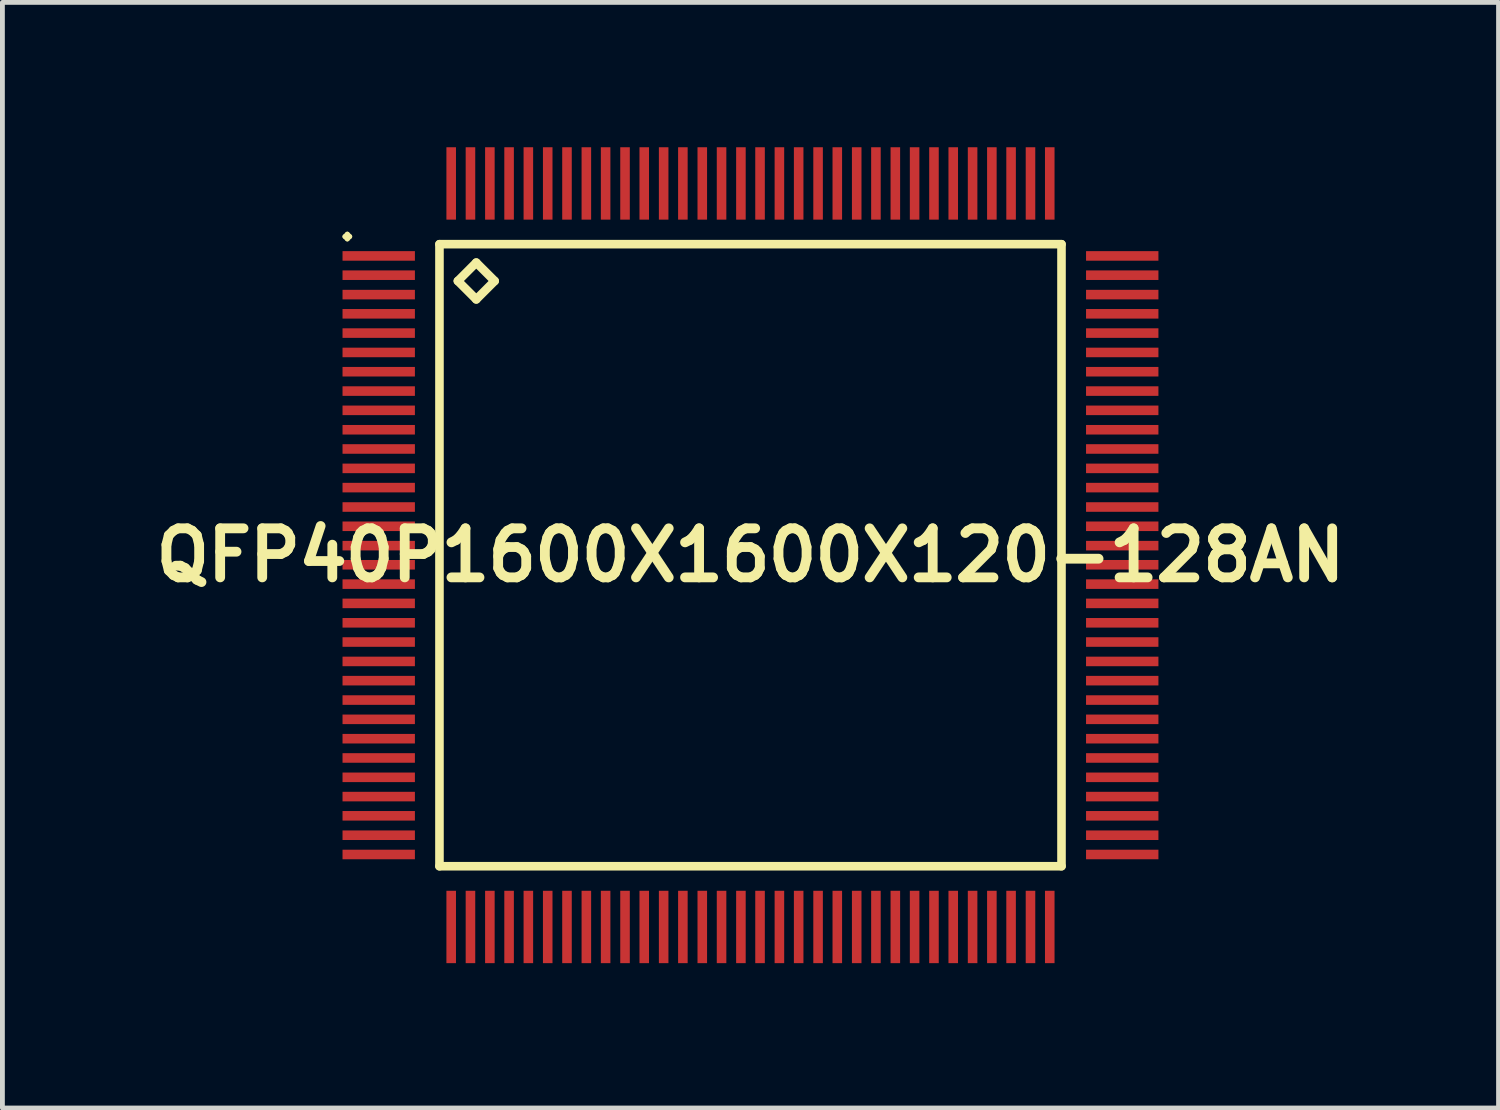
<source format=kicad_pcb>
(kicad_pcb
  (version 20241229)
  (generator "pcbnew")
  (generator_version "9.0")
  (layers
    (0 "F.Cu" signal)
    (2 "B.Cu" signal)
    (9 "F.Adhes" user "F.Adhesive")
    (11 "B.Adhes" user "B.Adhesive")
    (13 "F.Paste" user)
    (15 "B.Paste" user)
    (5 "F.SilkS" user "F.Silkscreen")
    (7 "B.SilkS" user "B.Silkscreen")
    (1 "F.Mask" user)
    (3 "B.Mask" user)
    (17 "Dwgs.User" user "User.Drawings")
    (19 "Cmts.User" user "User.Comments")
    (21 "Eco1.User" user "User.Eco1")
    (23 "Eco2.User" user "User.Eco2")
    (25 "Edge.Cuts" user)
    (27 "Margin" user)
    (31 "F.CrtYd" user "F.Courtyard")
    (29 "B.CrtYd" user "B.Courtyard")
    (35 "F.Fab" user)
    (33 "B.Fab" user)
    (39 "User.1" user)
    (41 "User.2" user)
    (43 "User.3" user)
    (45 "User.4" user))
  (footprint "QFP40P1600X1600X120-128AN"
    (layer "F.Cu")
    (at 12.492 8.448)
    (property "Reference" "QFP40P1600X1600X120-128AN" (at 0 0 0) (layer "F.SilkS") (effects (font (size 1.016 1.016) (thickness 0.203))))
    (attr smd)
    (fp_line (start -8.4 -6.599) (end -8.349 -6.65) (stroke (width 0.099) (type solid)) (layer "F.SilkS"))
    (fp_line (start -8.349 -6.65) (end -8.298 -6.599) (stroke (width 0.099) (type solid)) (layer "F.SilkS"))
    (fp_line (start -8.349 -6.548) (end -8.4 -6.599) (stroke (width 0.099) (type solid)) (layer "F.SilkS"))
    (fp_line (start -8.298 -6.599) (end -8.349 -6.548) (stroke (width 0.099) (type solid)) (layer "F.SilkS"))
    (fp_line (start -6.441 -6.441) (end -6.441 6.441) (stroke (width 0.178) (type solid)) (layer "F.SilkS"))
    (fp_line (start -6.441 6.441) (end 6.441 6.441) (stroke (width 0.178) (type solid)) (layer "F.SilkS"))
    (fp_line (start -6.06 -5.679) (end -5.679 -6.06) (stroke (width 0.178) (type solid)) (layer "F.SilkS"))
    (fp_line (start -5.679 -6.06) (end -5.298 -5.679) (stroke (width 0.178) (type solid)) (layer "F.SilkS"))
    (fp_line (start -5.679 -5.298) (end -6.06 -5.679) (stroke (width 0.178) (type solid)) (layer "F.SilkS"))
    (fp_line (start -5.298 -5.679) (end -5.679 -5.298) (stroke (width 0.178) (type solid)) (layer "F.SilkS"))
    (fp_line (start 6.441 -6.441) (end -6.441 -6.441) (stroke (width 0.178) (type solid)) (layer "F.SilkS"))
    (fp_line (start 6.441 6.441) (end 6.441 -6.441) (stroke (width 0.178) (type solid)) (layer "F.SilkS"))
    (pad "1" smd rect (at -7.699 -6.198) (size 1.499 0.198) (layers "F.Cu" "F.Mask" "F.Paste"))
    (pad "2" smd rect (at -7.699 -5.799) (size 1.499 0.198) (layers "F.Cu" "F.Mask" "F.Paste"))
    (pad "3" smd rect (at -7.699 -5.397) (size 1.499 0.198) (layers "F.Cu" "F.Mask" "F.Paste"))
    (pad "4" smd rect (at -7.699 -4.999) (size 1.499 0.198) (layers "F.Cu" "F.Mask" "F.Paste"))
    (pad "5" smd rect (at -7.699 -4.6) (size 1.499 0.198) (layers "F.Cu" "F.Mask" "F.Paste"))
    (pad "6" smd rect (at -7.699 -4.199) (size 1.499 0.198) (layers "F.Cu" "F.Mask" "F.Paste"))
    (pad "7" smd rect (at -7.699 -3.8) (size 1.499 0.198) (layers "F.Cu" "F.Mask" "F.Paste"))
    (pad "8" smd rect (at -7.699 -3.399) (size 1.499 0.198) (layers "F.Cu" "F.Mask" "F.Paste"))
    (pad "9" smd rect (at -7.699 -3) (size 1.499 0.198) (layers "F.Cu" "F.Mask" "F.Paste"))
    (pad "10" smd rect (at -7.699 -2.598) (size 1.499 0.198) (layers "F.Cu" "F.Mask" "F.Paste"))
    (pad "11" smd rect (at -7.699 -2.2) (size 1.499 0.198) (layers "F.Cu" "F.Mask" "F.Paste"))
    (pad "12" smd rect (at -7.699 -1.798) (size 1.499 0.198) (layers "F.Cu" "F.Mask" "F.Paste"))
    (pad "13" smd rect (at -7.699 -1.4) (size 1.499 0.198) (layers "F.Cu" "F.Mask" "F.Paste"))
    (pad "14" smd rect (at -7.699 -0.998) (size 1.499 0.198) (layers "F.Cu" "F.Mask" "F.Paste"))
    (pad "15" smd rect (at -7.699 -0.599) (size 1.499 0.198) (layers "F.Cu" "F.Mask" "F.Paste"))
    (pad "16" smd rect (at -7.699 -0.198) (size 1.499 0.198) (layers "F.Cu" "F.Mask" "F.Paste"))
    (pad "17" smd rect (at -7.699 0.198) (size 1.499 0.198) (layers "F.Cu" "F.Mask" "F.Paste"))
    (pad "18" smd rect (at -7.699 0.599) (size 1.499 0.198) (layers "F.Cu" "F.Mask" "F.Paste"))
    (pad "19" smd rect (at -7.699 0.998) (size 1.499 0.198) (layers "F.Cu" "F.Mask" "F.Paste"))
    (pad "20" smd rect (at -7.699 1.4) (size 1.499 0.198) (layers "F.Cu" "F.Mask" "F.Paste"))
    (pad "21" smd rect (at -7.699 1.798) (size 1.499 0.198) (layers "F.Cu" "F.Mask" "F.Paste"))
    (pad "22" smd rect (at -7.699 2.2) (size 1.499 0.198) (layers "F.Cu" "F.Mask" "F.Paste"))
    (pad "23" smd rect (at -7.699 2.598) (size 1.499 0.198) (layers "F.Cu" "F.Mask" "F.Paste"))
    (pad "24" smd rect (at -7.699 3) (size 1.499 0.198) (layers "F.Cu" "F.Mask" "F.Paste"))
    (pad "25" smd rect (at -7.699 3.399) (size 1.499 0.198) (layers "F.Cu" "F.Mask" "F.Paste"))
    (pad "26" smd rect (at -7.699 3.8) (size 1.499 0.198) (layers "F.Cu" "F.Mask" "F.Paste"))
    (pad "27" smd rect (at -7.699 4.199) (size 1.499 0.198) (layers "F.Cu" "F.Mask" "F.Paste"))
    (pad "28" smd rect (at -7.699 4.6) (size 1.499 0.198) (layers "F.Cu" "F.Mask" "F.Paste"))
    (pad "29" smd rect (at -7.699 4.999) (size 1.499 0.198) (layers "F.Cu" "F.Mask" "F.Paste"))
    (pad "30" smd rect (at -7.699 5.397) (size 1.499 0.198) (layers "F.Cu" "F.Mask" "F.Paste"))
    (pad "31" smd rect (at -7.699 5.799) (size 1.499 0.198) (layers "F.Cu" "F.Mask" "F.Paste"))
    (pad "32" smd rect (at -7.699 6.198) (size 1.499 0.198) (layers "F.Cu" "F.Mask" "F.Paste"))
    (pad "33" smd rect (at -6.198 7.699) (size 0.198 1.499) (layers "F.Cu" "F.Mask" "F.Paste"))
    (pad "34" smd rect (at -5.799 7.699) (size 0.198 1.499) (layers "F.Cu" "F.Mask" "F.Paste"))
    (pad "35" smd rect (at -5.397 7.699) (size 0.198 1.499) (layers "F.Cu" "F.Mask" "F.Paste"))
    (pad "36" smd rect (at -4.999 7.699) (size 0.198 1.499) (layers "F.Cu" "F.Mask" "F.Paste"))
    (pad "37" smd rect (at -4.6 7.699) (size 0.198 1.499) (layers "F.Cu" "F.Mask" "F.Paste"))
    (pad "38" smd rect (at -4.199 7.699) (size 0.198 1.499) (layers "F.Cu" "F.Mask" "F.Paste"))
    (pad "39" smd rect (at -3.8 7.699) (size 0.198 1.499) (layers "F.Cu" "F.Mask" "F.Paste"))
    (pad "40" smd rect (at -3.399 7.699) (size 0.198 1.499) (layers "F.Cu" "F.Mask" "F.Paste"))
    (pad "41" smd rect (at -3 7.699) (size 0.198 1.499) (layers "F.Cu" "F.Mask" "F.Paste"))
    (pad "42" smd rect (at -2.598 7.699) (size 0.198 1.499) (layers "F.Cu" "F.Mask" "F.Paste"))
    (pad "43" smd rect (at -2.2 7.699) (size 0.198 1.499) (layers "F.Cu" "F.Mask" "F.Paste"))
    (pad "44" smd rect (at -1.798 7.699) (size 0.198 1.499) (layers "F.Cu" "F.Mask" "F.Paste"))
    (pad "45" smd rect (at -1.4 7.699) (size 0.198 1.499) (layers "F.Cu" "F.Mask" "F.Paste"))
    (pad "46" smd rect (at -0.998 7.699) (size 0.198 1.499) (layers "F.Cu" "F.Mask" "F.Paste"))
    (pad "47" smd rect (at -0.599 7.699) (size 0.198 1.499) (layers "F.Cu" "F.Mask" "F.Paste"))
    (pad "48" smd rect (at -0.198 7.699) (size 0.198 1.499) (layers "F.Cu" "F.Mask" "F.Paste"))
    (pad "49" smd rect (at 0.198 7.699) (size 0.198 1.499) (layers "F.Cu" "F.Mask" "F.Paste"))
    (pad "50" smd rect (at 0.599 7.699) (size 0.198 1.499) (layers "F.Cu" "F.Mask" "F.Paste"))
    (pad "51" smd rect (at 0.998 7.699) (size 0.198 1.499) (layers "F.Cu" "F.Mask" "F.Paste"))
    (pad "52" smd rect (at 1.4 7.699) (size 0.198 1.499) (layers "F.Cu" "F.Mask" "F.Paste"))
    (pad "53" smd rect (at 1.798 7.699) (size 0.198 1.499) (layers "F.Cu" "F.Mask" "F.Paste"))
    (pad "54" smd rect (at 2.2 7.699) (size 0.198 1.499) (layers "F.Cu" "F.Mask" "F.Paste"))
    (pad "55" smd rect (at 2.598 7.699) (size 0.198 1.499) (layers "F.Cu" "F.Mask" "F.Paste"))
    (pad "56" smd rect (at 3 7.699) (size 0.198 1.499) (layers "F.Cu" "F.Mask" "F.Paste"))
    (pad "57" smd rect (at 3.399 7.699) (size 0.198 1.499) (layers "F.Cu" "F.Mask" "F.Paste"))
    (pad "58" smd rect (at 3.8 7.699) (size 0.198 1.499) (layers "F.Cu" "F.Mask" "F.Paste"))
    (pad "59" smd rect (at 4.199 7.699) (size 0.198 1.499) (layers "F.Cu" "F.Mask" "F.Paste"))
    (pad "60" smd rect (at 4.6 7.699) (size 0.198 1.499) (layers "F.Cu" "F.Mask" "F.Paste"))
    (pad "61" smd rect (at 4.999 7.699) (size 0.198 1.499) (layers "F.Cu" "F.Mask" "F.Paste"))
    (pad "62" smd rect (at 5.397 7.699) (size 0.198 1.499) (layers "F.Cu" "F.Mask" "F.Paste"))
    (pad "63" smd rect (at 5.799 7.699) (size 0.198 1.499) (layers "F.Cu" "F.Mask" "F.Paste"))
    (pad "64" smd rect (at 6.198 7.699) (size 0.198 1.499) (layers "F.Cu" "F.Mask" "F.Paste"))
    (pad "65" smd rect (at 7.699 6.198) (size 1.499 0.198) (layers "F.Cu" "F.Mask" "F.Paste"))
    (pad "66" smd rect (at 7.699 5.799) (size 1.499 0.198) (layers "F.Cu" "F.Mask" "F.Paste"))
    (pad "67" smd rect (at 7.699 5.397) (size 1.499 0.198) (layers "F.Cu" "F.Mask" "F.Paste"))
    (pad "68" smd rect (at 7.699 4.999) (size 1.499 0.198) (layers "F.Cu" "F.Mask" "F.Paste"))
    (pad "69" smd rect (at 7.699 4.6) (size 1.499 0.198) (layers "F.Cu" "F.Mask" "F.Paste"))
    (pad "70" smd rect (at 7.699 4.199) (size 1.499 0.198) (layers "F.Cu" "F.Mask" "F.Paste"))
    (pad "71" smd rect (at 7.699 3.8) (size 1.499 0.198) (layers "F.Cu" "F.Mask" "F.Paste"))
    (pad "72" smd rect (at 7.699 3.399) (size 1.499 0.198) (layers "F.Cu" "F.Mask" "F.Paste"))
    (pad "73" smd rect (at 7.699 3) (size 1.499 0.198) (layers "F.Cu" "F.Mask" "F.Paste"))
    (pad "74" smd rect (at 7.699 2.598) (size 1.499 0.198) (layers "F.Cu" "F.Mask" "F.Paste"))
    (pad "75" smd rect (at 7.699 2.2) (size 1.499 0.198) (layers "F.Cu" "F.Mask" "F.Paste"))
    (pad "76" smd rect (at 7.699 1.798) (size 1.499 0.198) (layers "F.Cu" "F.Mask" "F.Paste"))
    (pad "77" smd rect (at 7.699 1.4) (size 1.499 0.198) (layers "F.Cu" "F.Mask" "F.Paste"))
    (pad "78" smd rect (at 7.699 0.998) (size 1.499 0.198) (layers "F.Cu" "F.Mask" "F.Paste"))
    (pad "79" smd rect (at 7.699 0.599) (size 1.499 0.198) (layers "F.Cu" "F.Mask" "F.Paste"))
    (pad "80" smd rect (at 7.699 0.198) (size 1.499 0.198) (layers "F.Cu" "F.Mask" "F.Paste"))
    (pad "81" smd rect (at 7.699 -0.198) (size 1.499 0.198) (layers "F.Cu" "F.Mask" "F.Paste"))
    (pad "82" smd rect (at 7.699 -0.599) (size 1.499 0.198) (layers "F.Cu" "F.Mask" "F.Paste"))
    (pad "83" smd rect (at 7.699 -0.998) (size 1.499 0.198) (layers "F.Cu" "F.Mask" "F.Paste"))
    (pad "84" smd rect (at 7.699 -1.4) (size 1.499 0.198) (layers "F.Cu" "F.Mask" "F.Paste"))
    (pad "85" smd rect (at 7.699 -1.798) (size 1.499 0.198) (layers "F.Cu" "F.Mask" "F.Paste"))
    (pad "86" smd rect (at 7.699 -2.2) (size 1.499 0.198) (layers "F.Cu" "F.Mask" "F.Paste"))
    (pad "87" smd rect (at 7.699 -2.598) (size 1.499 0.198) (layers "F.Cu" "F.Mask" "F.Paste"))
    (pad "88" smd rect (at 7.699 -3) (size 1.499 0.198) (layers "F.Cu" "F.Mask" "F.Paste"))
    (pad "89" smd rect (at 7.699 -3.399) (size 1.499 0.198) (layers "F.Cu" "F.Mask" "F.Paste"))
    (pad "90" smd rect (at 7.699 -3.8) (size 1.499 0.198) (layers "F.Cu" "F.Mask" "F.Paste"))
    (pad "91" smd rect (at 7.699 -4.199) (size 1.499 0.198) (layers "F.Cu" "F.Mask" "F.Paste"))
    (pad "92" smd rect (at 7.699 -4.6) (size 1.499 0.198) (layers "F.Cu" "F.Mask" "F.Paste"))
    (pad "93" smd rect (at 7.699 -4.999) (size 1.499 0.198) (layers "F.Cu" "F.Mask" "F.Paste"))
    (pad "94" smd rect (at 7.699 -5.397) (size 1.499 0.198) (layers "F.Cu" "F.Mask" "F.Paste"))
    (pad "95" smd rect (at 7.699 -5.799) (size 1.499 0.198) (layers "F.Cu" "F.Mask" "F.Paste"))
    (pad "96" smd rect (at 7.699 -6.198) (size 1.499 0.198) (layers "F.Cu" "F.Mask" "F.Paste"))
    (pad "97" smd rect (at 6.198 -7.699) (size 0.198 1.499) (layers "F.Cu" "F.Mask" "F.Paste"))
    (pad "98" smd rect (at 5.799 -7.699) (size 0.198 1.499) (layers "F.Cu" "F.Mask" "F.Paste"))
    (pad "99" smd rect (at 5.397 -7.699) (size 0.198 1.499) (layers "F.Cu" "F.Mask" "F.Paste"))
    (pad "100" smd rect (at 4.999 -7.699) (size 0.198 1.499) (layers "F.Cu" "F.Mask" "F.Paste"))
    (pad "101" smd rect (at 4.6 -7.699) (size 0.198 1.499) (layers "F.Cu" "F.Mask" "F.Paste"))
    (pad "102" smd rect (at 4.199 -7.699) (size 0.198 1.499) (layers "F.Cu" "F.Mask" "F.Paste"))
    (pad "103" smd rect (at 3.8 -7.699) (size 0.198 1.499) (layers "F.Cu" "F.Mask" "F.Paste"))
    (pad "104" smd rect (at 3.399 -7.699) (size 0.198 1.499) (layers "F.Cu" "F.Mask" "F.Paste"))
    (pad "105" smd rect (at 3 -7.699) (size 0.198 1.499) (layers "F.Cu" "F.Mask" "F.Paste"))
    (pad "106" smd rect (at 2.598 -7.699) (size 0.198 1.499) (layers "F.Cu" "F.Mask" "F.Paste"))
    (pad "107" smd rect (at 2.2 -7.699) (size 0.198 1.499) (layers "F.Cu" "F.Mask" "F.Paste"))
    (pad "108" smd rect (at 1.798 -7.699) (size 0.198 1.499) (layers "F.Cu" "F.Mask" "F.Paste"))
    (pad "109" smd rect (at 1.4 -7.699) (size 0.198 1.499) (layers "F.Cu" "F.Mask" "F.Paste"))
    (pad "110" smd rect (at 0.998 -7.699) (size 0.198 1.499) (layers "F.Cu" "F.Mask" "F.Paste"))
    (pad "111" smd rect (at 0.599 -7.699) (size 0.198 1.499) (layers "F.Cu" "F.Mask" "F.Paste"))
    (pad "112" smd rect (at 0.198 -7.699) (size 0.198 1.499) (layers "F.Cu" "F.Mask" "F.Paste"))
    (pad "113" smd rect (at -0.198 -7.699) (size 0.198 1.499) (layers "F.Cu" "F.Mask" "F.Paste"))
    (pad "114" smd rect (at -0.599 -7.699) (size 0.198 1.499) (layers "F.Cu" "F.Mask" "F.Paste"))
    (pad "115" smd rect (at -0.998 -7.699) (size 0.198 1.499) (layers "F.Cu" "F.Mask" "F.Paste"))
    (pad "116" smd rect (at -1.4 -7.699) (size 0.198 1.499) (layers "F.Cu" "F.Mask" "F.Paste"))
    (pad "117" smd rect (at -1.798 -7.699) (size 0.198 1.499) (layers "F.Cu" "F.Mask" "F.Paste"))
    (pad "118" smd rect (at -2.2 -7.699) (size 0.198 1.499) (layers "F.Cu" "F.Mask" "F.Paste"))
    (pad "119" smd rect (at -2.598 -7.699) (size 0.198 1.499) (layers "F.Cu" "F.Mask" "F.Paste"))
    (pad "120" smd rect (at -3 -7.699) (size 0.198 1.499) (layers "F.Cu" "F.Mask" "F.Paste"))
    (pad "121" smd rect (at -3.399 -7.699) (size 0.198 1.499) (layers "F.Cu" "F.Mask" "F.Paste"))
    (pad "122" smd rect (at -3.8 -7.699) (size 0.198 1.499) (layers "F.Cu" "F.Mask" "F.Paste"))
    (pad "123" smd rect (at -4.199 -7.699) (size 0.198 1.499) (layers "F.Cu" "F.Mask" "F.Paste"))
    (pad "124" smd rect (at -4.6 -7.699) (size 0.198 1.499) (layers "F.Cu" "F.Mask" "F.Paste"))
    (pad "125" smd rect (at -4.999 -7.699) (size 0.198 1.499) (layers "F.Cu" "F.Mask" "F.Paste"))
    (pad "126" smd rect (at -5.397 -7.699) (size 0.198 1.499) (layers "F.Cu" "F.Mask" "F.Paste"))
    (pad "127" smd rect (at -5.799 -7.699) (size 0.198 1.499) (layers "F.Cu" "F.Mask" "F.Paste"))
    (pad "128" smd rect (at -6.198 -7.699) (size 0.198 1.499) (layers "F.Cu" "F.Mask" "F.Paste")))
  (gr_rect
    (start -3 -3)
    (end 27.984 19.896)
    (stroke (width 0.1) (type default))
    (fill no)
    (layer "Edge.Cuts")))
</source>
